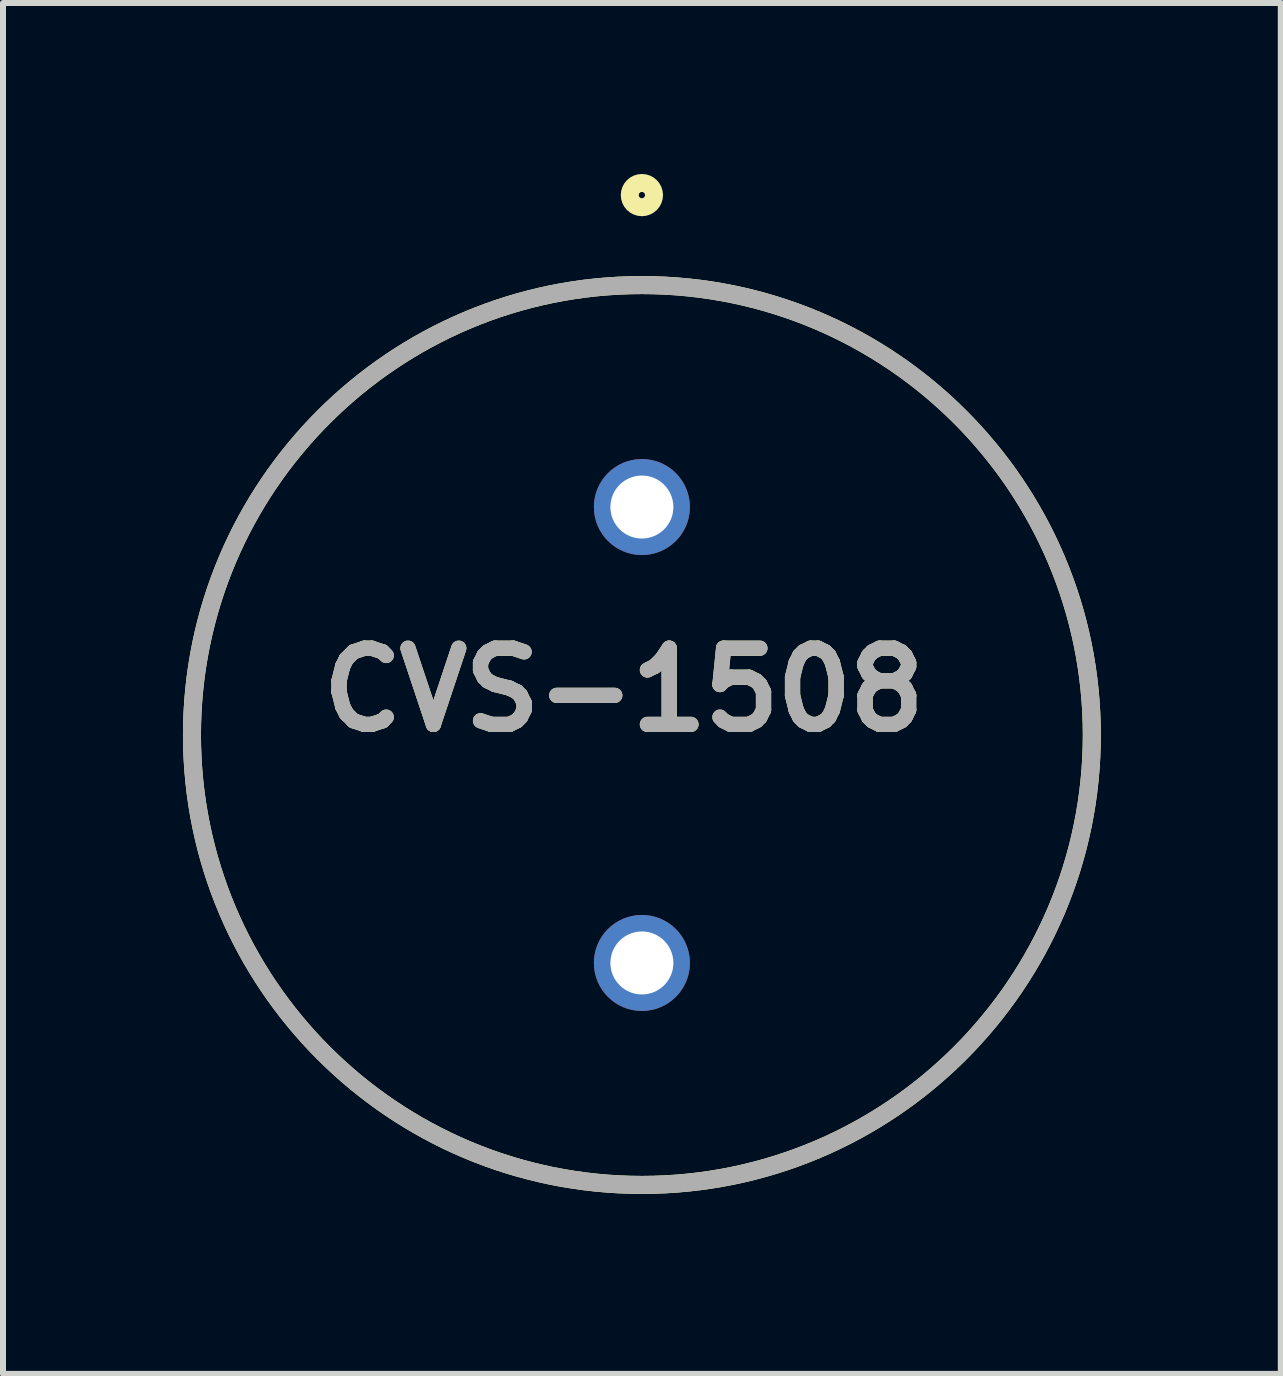
<source format=kicad_pcb>
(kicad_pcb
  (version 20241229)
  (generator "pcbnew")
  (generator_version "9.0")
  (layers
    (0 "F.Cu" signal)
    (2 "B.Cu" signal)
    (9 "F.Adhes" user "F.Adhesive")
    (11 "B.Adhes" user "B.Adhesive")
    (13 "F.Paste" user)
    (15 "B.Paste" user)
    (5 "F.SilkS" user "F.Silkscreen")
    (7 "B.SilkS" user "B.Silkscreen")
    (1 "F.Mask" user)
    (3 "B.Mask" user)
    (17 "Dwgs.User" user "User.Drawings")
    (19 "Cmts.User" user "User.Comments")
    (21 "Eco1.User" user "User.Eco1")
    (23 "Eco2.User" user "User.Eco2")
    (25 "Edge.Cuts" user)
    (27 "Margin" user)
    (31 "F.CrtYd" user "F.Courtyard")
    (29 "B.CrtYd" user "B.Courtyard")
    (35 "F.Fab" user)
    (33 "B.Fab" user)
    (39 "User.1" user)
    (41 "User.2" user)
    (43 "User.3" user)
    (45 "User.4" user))
  (footprint "CVS-1508"
    (layer "F.Cu")
    (at 7.65 9.202)
    (property "Reference" "CVS-1508" (at -0.301 -0.751 0) (layer "F.SilkS") (effects (font (size 1.27 1.27) (thickness 0.254))))
    (attr through_hole)
    (fp_circle (center 0 -9) (end 0 -8.948) (stroke (width 0.3) (type solid)) (fill no) (layer "F.SilkS"))
    (fp_circle (center 0 0) (end 0 7.5) (stroke (width 0.3) (type solid)) (fill no) (layer "F.SilkS"))
    (fp_circle (center 0 0) (end 0 7.5) (stroke (width 0.3) (type solid)) (fill no) (layer "F.Fab"))
    (fp_text user "${REFERENCE}" (at -0.301 -0.751 0) (layer "F.Fab") (effects (font (size 1.27 1.27) (thickness 0.254))))
    (pad "1" thru_hole circle (at 0 -3.8) (size 1.6 1.6) (drill 1.05) (layers "*.Cu" "*.Mask"))
    (pad "2" thru_hole circle (at 0 3.8) (size 1.6 1.6) (drill 1.05) (layers "*.Cu" "*.Mask")))
  (gr_rect
    (start -3 -3)
    (end 18.3 19.852)
    (stroke (width 0.1) (type default))
    (fill no)
    (layer "Edge.Cuts")))
</source>
